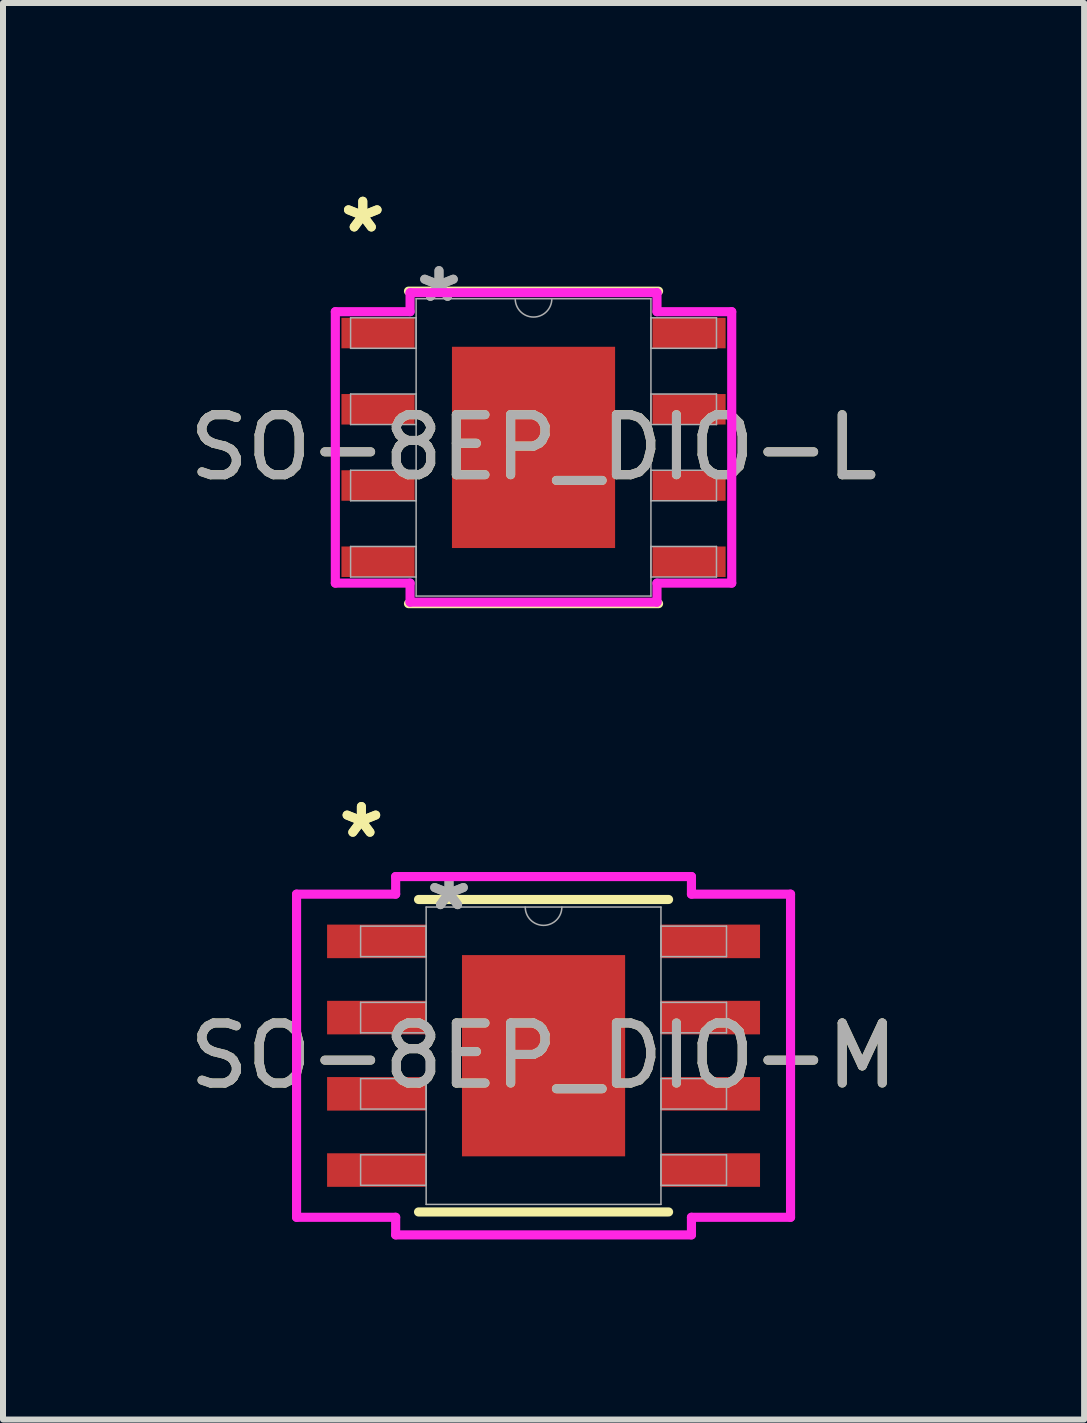
<source format=kicad_pcb>
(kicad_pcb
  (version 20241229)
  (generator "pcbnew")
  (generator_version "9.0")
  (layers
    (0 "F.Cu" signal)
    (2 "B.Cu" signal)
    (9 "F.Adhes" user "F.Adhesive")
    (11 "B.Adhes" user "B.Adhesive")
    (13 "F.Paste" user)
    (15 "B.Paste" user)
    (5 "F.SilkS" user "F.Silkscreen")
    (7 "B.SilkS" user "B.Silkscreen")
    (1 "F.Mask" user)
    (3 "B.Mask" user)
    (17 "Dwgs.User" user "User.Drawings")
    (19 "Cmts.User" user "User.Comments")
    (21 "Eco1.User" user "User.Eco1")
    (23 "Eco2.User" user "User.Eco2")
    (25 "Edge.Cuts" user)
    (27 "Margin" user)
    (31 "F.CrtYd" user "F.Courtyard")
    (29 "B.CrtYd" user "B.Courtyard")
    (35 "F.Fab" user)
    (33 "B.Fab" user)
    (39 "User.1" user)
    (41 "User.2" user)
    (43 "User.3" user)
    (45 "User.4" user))
  (footprint "SO-8EP_DIO-L"
    (layer "F.Cu")
    (at 5.839 4.404)
    (property "Reference" "SO-8EP_DIO-L" (at 0 0 0) (unlocked yes) (layer "F.SilkS") (effects (font (size 1 1) (thickness 0.15))))
    (attr smd)
    (fp_line (start -2.083 2.603) (end 2.083 2.603) (stroke (width 0.152) (type solid)) (layer "F.SilkS"))
    (fp_line (start 2.083 -2.603) (end -2.083 -2.603) (stroke (width 0.152) (type solid)) (layer "F.SilkS"))
    (fp_poly (pts (xy -1.259 -1.576) (xy -1.259 -0.1) (xy -0.1 -0.1) (xy -0.1 -1.576)) (stroke (width 0) (type solid)) (fill yes) (layer "F.Paste"))
    (fp_poly (pts (xy -1.259 0.1) (xy -1.259 1.576) (xy -0.1 1.576) (xy -0.1 0.1)) (stroke (width 0) (type solid)) (fill yes) (layer "F.Paste"))
    (fp_poly (pts (xy 0.1 -1.576) (xy 0.1 -0.1) (xy 1.259 -0.1) (xy 1.259 -1.576)) (stroke (width 0) (type solid)) (fill yes) (layer "F.Paste"))
    (fp_poly (pts (xy 0.1 0.1) (xy 0.1 1.576) (xy 1.259 1.576) (xy 1.259 0.1)) (stroke (width 0) (type solid)) (fill yes) (layer "F.Paste"))
    (fp_line (start -3.302 -2.261) (end -2.057 -2.261) (stroke (width 0.152) (type solid)) (layer "F.CrtYd"))
    (fp_line (start -3.302 2.261) (end -3.302 -2.261) (stroke (width 0.152) (type solid)) (layer "F.CrtYd"))
    (fp_line (start -3.302 2.261) (end -2.057 2.261) (stroke (width 0.152) (type solid)) (layer "F.CrtYd"))
    (fp_line (start -2.057 -2.578) (end 2.057 -2.578) (stroke (width 0.152) (type solid)) (layer "F.CrtYd"))
    (fp_line (start -2.057 -2.261) (end -2.057 -2.578) (stroke (width 0.152) (type solid)) (layer "F.CrtYd"))
    (fp_line (start -2.057 2.578) (end -2.057 2.261) (stroke (width 0.152) (type solid)) (layer "F.CrtYd"))
    (fp_line (start 2.057 -2.578) (end 2.057 -2.261) (stroke (width 0.152) (type solid)) (layer "F.CrtYd"))
    (fp_line (start 2.057 2.261) (end 2.057 2.578) (stroke (width 0.152) (type solid)) (layer "F.CrtYd"))
    (fp_line (start 2.057 2.578) (end -2.057 2.578) (stroke (width 0.152) (type solid)) (layer "F.CrtYd"))
    (fp_line (start 3.302 -2.261) (end 2.057 -2.261) (stroke (width 0.152) (type solid)) (layer "F.CrtYd"))
    (fp_line (start 3.302 -2.261) (end 3.302 2.261) (stroke (width 0.152) (type solid)) (layer "F.CrtYd"))
    (fp_line (start 3.302 2.261) (end 2.057 2.261) (stroke (width 0.152) (type solid)) (layer "F.CrtYd"))
    (fp_line (start -3.048 -2.159) (end -3.048 -1.651) (stroke (width 0.025) (type solid)) (layer "F.Fab"))
    (fp_line (start -3.048 -1.651) (end -1.956 -1.651) (stroke (width 0.025) (type solid)) (layer "F.Fab"))
    (fp_line (start -3.048 -0.889) (end -3.048 -0.381) (stroke (width 0.025) (type solid)) (layer "F.Fab"))
    (fp_line (start -3.048 -0.381) (end -1.956 -0.381) (stroke (width 0.025) (type solid)) (layer "F.Fab"))
    (fp_line (start -3.048 0.381) (end -3.048 0.889) (stroke (width 0.025) (type solid)) (layer "F.Fab"))
    (fp_line (start -3.048 0.889) (end -1.956 0.889) (stroke (width 0.025) (type solid)) (layer "F.Fab"))
    (fp_line (start -3.048 1.651) (end -3.048 2.159) (stroke (width 0.025) (type solid)) (layer "F.Fab"))
    (fp_line (start -3.048 2.159) (end -1.956 2.159) (stroke (width 0.025) (type solid)) (layer "F.Fab"))
    (fp_line (start -1.956 -2.477) (end -1.956 2.477) (stroke (width 0.025) (type solid)) (layer "F.Fab"))
    (fp_line (start -1.956 -2.159) (end -3.048 -2.159) (stroke (width 0.025) (type solid)) (layer "F.Fab"))
    (fp_line (start -1.956 -1.651) (end -1.956 -2.159) (stroke (width 0.025) (type solid)) (layer "F.Fab"))
    (fp_line (start -1.956 -0.889) (end -3.048 -0.889) (stroke (width 0.025) (type solid)) (layer "F.Fab"))
    (fp_line (start -1.956 -0.381) (end -1.956 -0.889) (stroke (width 0.025) (type solid)) (layer "F.Fab"))
    (fp_line (start -1.956 0.381) (end -3.048 0.381) (stroke (width 0.025) (type solid)) (layer "F.Fab"))
    (fp_line (start -1.956 0.889) (end -1.956 0.381) (stroke (width 0.025) (type solid)) (layer "F.Fab"))
    (fp_line (start -1.956 1.651) (end -3.048 1.651) (stroke (width 0.025) (type solid)) (layer "F.Fab"))
    (fp_line (start -1.956 2.159) (end -1.956 1.651) (stroke (width 0.025) (type solid)) (layer "F.Fab"))
    (fp_line (start -1.956 2.477) (end 1.956 2.477) (stroke (width 0.025) (type solid)) (layer "F.Fab"))
    (fp_line (start 1.956 -2.477) (end -1.956 -2.477) (stroke (width 0.025) (type solid)) (layer "F.Fab"))
    (fp_line (start 1.956 -2.159) (end 1.956 -1.651) (stroke (width 0.025) (type solid)) (layer "F.Fab"))
    (fp_line (start 1.956 -1.651) (end 3.048 -1.651) (stroke (width 0.025) (type solid)) (layer "F.Fab"))
    (fp_line (start 1.956 -0.889) (end 1.956 -0.381) (stroke (width 0.025) (type solid)) (layer "F.Fab"))
    (fp_line (start 1.956 -0.381) (end 3.048 -0.381) (stroke (width 0.025) (type solid)) (layer "F.Fab"))
    (fp_line (start 1.956 0.381) (end 1.956 0.889) (stroke (width 0.025) (type solid)) (layer "F.Fab"))
    (fp_line (start 1.956 0.889) (end 3.048 0.889) (stroke (width 0.025) (type solid)) (layer "F.Fab"))
    (fp_line (start 1.956 1.651) (end 1.956 2.159) (stroke (width 0.025) (type solid)) (layer "F.Fab"))
    (fp_line (start 1.956 2.159) (end 3.048 2.159) (stroke (width 0.025) (type solid)) (layer "F.Fab"))
    (fp_line (start 1.956 2.477) (end 1.956 -2.477) (stroke (width 0.025) (type solid)) (layer "F.Fab"))
    (fp_line (start 3.048 -2.159) (end 1.956 -2.159) (stroke (width 0.025) (type solid)) (layer "F.Fab"))
    (fp_line (start 3.048 -1.651) (end 3.048 -2.159) (stroke (width 0.025) (type solid)) (layer "F.Fab"))
    (fp_line (start 3.048 -0.889) (end 1.956 -0.889) (stroke (width 0.025) (type solid)) (layer "F.Fab"))
    (fp_line (start 3.048 -0.381) (end 3.048 -0.889) (stroke (width 0.025) (type solid)) (layer "F.Fab"))
    (fp_line (start 3.048 0.381) (end 1.956 0.381) (stroke (width 0.025) (type solid)) (layer "F.Fab"))
    (fp_line (start 3.048 0.889) (end 3.048 0.381) (stroke (width 0.025) (type solid)) (layer "F.Fab"))
    (fp_line (start 3.048 1.651) (end 1.956 1.651) (stroke (width 0.025) (type solid)) (layer "F.Fab"))
    (fp_line (start 3.048 2.159) (end 3.048 1.651) (stroke (width 0.025) (type solid)) (layer "F.Fab"))
    (fp_arc (start 0.3048 -2.4765) (mid 0 -2.1717) (end -0.3048 -2.4765) (stroke (width 0.0254) (type solid)) (layer "F.Fab"))
    (fp_text user "*" (at -2.845 -3.556 0) (unlocked yes) (layer "F.SilkS") (effects (font (size 1 1) (thickness 0.15))))
    (fp_text user "*" (at -2.845 -3.556 0) (layer "F.SilkS") (effects (font (size 1 1) (thickness 0.15))))
    (fp_text user "*" (at -1.575 -2.4 0) (layer "F.Fab") (effects (font (size 1 1) (thickness 0.15))))
    (fp_text user "${REFERENCE}" (at 0 0 0) (unlocked yes) (layer "F.Fab") (effects (font (size 1 1) (thickness 0.15))))
    (fp_text user "*" (at -1.575 -2.4 0) (unlocked yes) (layer "F.Fab") (effects (font (size 1 1) (thickness 0.15))))
    (pad "1" smd rect (at -2.591 -1.905) (size 1.219 0.508) (layers "F.Cu" "F.Mask" "F.Paste"))
    (pad "2" smd rect (at -2.591 -0.635) (size 1.219 0.508) (layers "F.Cu" "F.Mask" "F.Paste"))
    (pad "3" smd rect (at -2.591 0.635) (size 1.219 0.508) (layers "F.Cu" "F.Mask" "F.Paste"))
    (pad "4" smd rect (at -2.591 1.905) (size 1.219 0.508) (layers "F.Cu" "F.Mask" "F.Paste"))
    (pad "5" smd rect (at 2.591 1.905) (size 1.219 0.508) (layers "F.Cu" "F.Mask" "F.Paste"))
    (pad "6" smd rect (at 2.591 0.635) (size 1.219 0.508) (layers "F.Cu" "F.Mask" "F.Paste"))
    (pad "7" smd rect (at 2.591 -0.635) (size 1.219 0.508) (layers "F.Cu" "F.Mask" "F.Paste"))
    (pad "8" smd rect (at 2.591 -1.905) (size 1.219 0.508) (layers "F.Cu" "F.Mask" "F.Paste"))
    (pad "EPAD" smd rect (at 0 0) (size 2.718 3.353) (layers "F.Cu" "F.Mask")))
  (footprint "SO-8EP_DIO-M"
    (layer "F.Cu")
    (at 6.006 14.539)
    (property "Reference" "SO-8EP_DIO-M" (at 0 0 0) (unlocked yes) (layer "F.SilkS") (effects (font (size 1 1) (thickness 0.15))))
    (attr smd)
    (fp_line (start -2.083 2.603) (end 2.083 2.603) (stroke (width 0.152) (type solid)) (layer "F.SilkS"))
    (fp_line (start 2.083 -2.603) (end -2.083 -2.603) (stroke (width 0.152) (type solid)) (layer "F.SilkS"))
    (fp_poly (pts (xy -1.259 -1.576) (xy -1.259 -0.1) (xy -0.1 -0.1) (xy -0.1 -1.576)) (stroke (width 0) (type solid)) (fill yes) (layer "F.Paste"))
    (fp_poly (pts (xy -1.259 0.1) (xy -1.259 1.576) (xy -0.1 1.576) (xy -0.1 0.1)) (stroke (width 0) (type solid)) (fill yes) (layer "F.Paste"))
    (fp_poly (pts (xy 0.1 -1.576) (xy 0.1 -0.1) (xy 1.259 -0.1) (xy 1.259 -1.576)) (stroke (width 0) (type solid)) (fill yes) (layer "F.Paste"))
    (fp_poly (pts (xy 0.1 0.1) (xy 0.1 1.576) (xy 1.259 1.576) (xy 1.259 0.1)) (stroke (width 0) (type solid)) (fill yes) (layer "F.Paste"))
    (fp_line (start -4.115 -2.692) (end -2.464 -2.692) (stroke (width 0.152) (type solid)) (layer "F.CrtYd"))
    (fp_line (start -4.115 2.692) (end -4.115 -2.692) (stroke (width 0.152) (type solid)) (layer "F.CrtYd"))
    (fp_line (start -4.115 2.692) (end -2.464 2.692) (stroke (width 0.152) (type solid)) (layer "F.CrtYd"))
    (fp_line (start -2.464 -2.985) (end 2.464 -2.985) (stroke (width 0.152) (type solid)) (layer "F.CrtYd"))
    (fp_line (start -2.464 -2.692) (end -2.464 -2.985) (stroke (width 0.152) (type solid)) (layer "F.CrtYd"))
    (fp_line (start -2.464 2.985) (end -2.464 2.692) (stroke (width 0.152) (type solid)) (layer "F.CrtYd"))
    (fp_line (start 2.464 -2.985) (end 2.464 -2.692) (stroke (width 0.152) (type solid)) (layer "F.CrtYd"))
    (fp_line (start 2.464 2.692) (end 2.464 2.985) (stroke (width 0.152) (type solid)) (layer "F.CrtYd"))
    (fp_line (start 2.464 2.985) (end -2.464 2.985) (stroke (width 0.152) (type solid)) (layer "F.CrtYd"))
    (fp_line (start 4.115 -2.692) (end 2.464 -2.692) (stroke (width 0.152) (type solid)) (layer "F.CrtYd"))
    (fp_line (start 4.115 -2.692) (end 4.115 2.692) (stroke (width 0.152) (type solid)) (layer "F.CrtYd"))
    (fp_line (start 4.115 2.692) (end 2.464 2.692) (stroke (width 0.152) (type solid)) (layer "F.CrtYd"))
    (fp_line (start -3.048 -2.159) (end -3.048 -1.651) (stroke (width 0.025) (type solid)) (layer "F.Fab"))
    (fp_line (start -3.048 -1.651) (end -1.956 -1.651) (stroke (width 0.025) (type solid)) (layer "F.Fab"))
    (fp_line (start -3.048 -0.889) (end -3.048 -0.381) (stroke (width 0.025) (type solid)) (layer "F.Fab"))
    (fp_line (start -3.048 -0.381) (end -1.956 -0.381) (stroke (width 0.025) (type solid)) (layer "F.Fab"))
    (fp_line (start -3.048 0.381) (end -3.048 0.889) (stroke (width 0.025) (type solid)) (layer "F.Fab"))
    (fp_line (start -3.048 0.889) (end -1.956 0.889) (stroke (width 0.025) (type solid)) (layer "F.Fab"))
    (fp_line (start -3.048 1.651) (end -3.048 2.159) (stroke (width 0.025) (type solid)) (layer "F.Fab"))
    (fp_line (start -3.048 2.159) (end -1.956 2.159) (stroke (width 0.025) (type solid)) (layer "F.Fab"))
    (fp_line (start -1.956 -2.477) (end -1.956 2.477) (stroke (width 0.025) (type solid)) (layer "F.Fab"))
    (fp_line (start -1.956 -2.159) (end -3.048 -2.159) (stroke (width 0.025) (type solid)) (layer "F.Fab"))
    (fp_line (start -1.956 -1.651) (end -1.956 -2.159) (stroke (width 0.025) (type solid)) (layer "F.Fab"))
    (fp_line (start -1.956 -0.889) (end -3.048 -0.889) (stroke (width 0.025) (type solid)) (layer "F.Fab"))
    (fp_line (start -1.956 -0.381) (end -1.956 -0.889) (stroke (width 0.025) (type solid)) (layer "F.Fab"))
    (fp_line (start -1.956 0.381) (end -3.048 0.381) (stroke (width 0.025) (type solid)) (layer "F.Fab"))
    (fp_line (start -1.956 0.889) (end -1.956 0.381) (stroke (width 0.025) (type solid)) (layer "F.Fab"))
    (fp_line (start -1.956 1.651) (end -3.048 1.651) (stroke (width 0.025) (type solid)) (layer "F.Fab"))
    (fp_line (start -1.956 2.159) (end -1.956 1.651) (stroke (width 0.025) (type solid)) (layer "F.Fab"))
    (fp_line (start -1.956 2.477) (end 1.956 2.477) (stroke (width 0.025) (type solid)) (layer "F.Fab"))
    (fp_line (start 1.956 -2.477) (end -1.956 -2.477) (stroke (width 0.025) (type solid)) (layer "F.Fab"))
    (fp_line (start 1.956 -2.159) (end 1.956 -1.651) (stroke (width 0.025) (type solid)) (layer "F.Fab"))
    (fp_line (start 1.956 -1.651) (end 3.048 -1.651) (stroke (width 0.025) (type solid)) (layer "F.Fab"))
    (fp_line (start 1.956 -0.889) (end 1.956 -0.381) (stroke (width 0.025) (type solid)) (layer "F.Fab"))
    (fp_line (start 1.956 -0.381) (end 3.048 -0.381) (stroke (width 0.025) (type solid)) (layer "F.Fab"))
    (fp_line (start 1.956 0.381) (end 1.956 0.889) (stroke (width 0.025) (type solid)) (layer "F.Fab"))
    (fp_line (start 1.956 0.889) (end 3.048 0.889) (stroke (width 0.025) (type solid)) (layer "F.Fab"))
    (fp_line (start 1.956 1.651) (end 1.956 2.159) (stroke (width 0.025) (type solid)) (layer "F.Fab"))
    (fp_line (start 1.956 2.159) (end 3.048 2.159) (stroke (width 0.025) (type solid)) (layer "F.Fab"))
    (fp_line (start 1.956 2.477) (end 1.956 -2.477) (stroke (width 0.025) (type solid)) (layer "F.Fab"))
    (fp_line (start 3.048 -2.159) (end 1.956 -2.159) (stroke (width 0.025) (type solid)) (layer "F.Fab"))
    (fp_line (start 3.048 -1.651) (end 3.048 -2.159) (stroke (width 0.025) (type solid)) (layer "F.Fab"))
    (fp_line (start 3.048 -0.889) (end 1.956 -0.889) (stroke (width 0.025) (type solid)) (layer "F.Fab"))
    (fp_line (start 3.048 -0.381) (end 3.048 -0.889) (stroke (width 0.025) (type solid)) (layer "F.Fab"))
    (fp_line (start 3.048 0.381) (end 1.956 0.381) (stroke (width 0.025) (type solid)) (layer "F.Fab"))
    (fp_line (start 3.048 0.889) (end 3.048 0.381) (stroke (width 0.025) (type solid)) (layer "F.Fab"))
    (fp_line (start 3.048 1.651) (end 1.956 1.651) (stroke (width 0.025) (type solid)) (layer "F.Fab"))
    (fp_line (start 3.048 2.159) (end 3.048 1.651) (stroke (width 0.025) (type solid)) (layer "F.Fab"))
    (fp_arc (start 0.3048 -2.4765) (mid 0 -2.1717) (end -0.3048 -2.4765) (stroke (width 0.0254) (type solid)) (layer "F.Fab"))
    (fp_text user "*" (at -3.035 -3.607 0) (layer "F.SilkS") (effects (font (size 1 1) (thickness 0.15))))
    (fp_text user "*" (at -3.035 -3.607 0) (unlocked yes) (layer "F.SilkS") (effects (font (size 1 1) (thickness 0.15))))
    (fp_text user "${REFERENCE}" (at 0 0 0) (unlocked yes) (layer "F.Fab") (effects (font (size 1 1) (thickness 0.15))))
    (fp_text user "*" (at -1.575 -2.4 0) (unlocked yes) (layer "F.Fab") (effects (font (size 1 1) (thickness 0.15))))
    (fp_text user "*" (at -1.575 -2.4 0) (layer "F.Fab") (effects (font (size 1 1) (thickness 0.15))))
    (pad "1" smd rect (at -2.781 -1.905) (size 1.651 0.559) (layers "F.Cu" "F.Mask" "F.Paste"))
    (pad "2" smd rect (at -2.781 -0.635) (size 1.651 0.559) (layers "F.Cu" "F.Mask" "F.Paste"))
    (pad "3" smd rect (at -2.781 0.635) (size 1.651 0.559) (layers "F.Cu" "F.Mask" "F.Paste"))
    (pad "4" smd rect (at -2.781 1.905) (size 1.651 0.559) (layers "F.Cu" "F.Mask" "F.Paste"))
    (pad "5" smd rect (at 2.781 1.905) (size 1.651 0.559) (layers "F.Cu" "F.Mask" "F.Paste"))
    (pad "6" smd rect (at 2.781 0.635) (size 1.651 0.559) (layers "F.Cu" "F.Mask" "F.Paste"))
    (pad "7" smd rect (at 2.781 -0.635) (size 1.651 0.559) (layers "F.Cu" "F.Mask" "F.Paste"))
    (pad "8" smd rect (at 2.781 -1.905) (size 1.651 0.559) (layers "F.Cu" "F.Mask" "F.Paste"))
    (pad "EPAD" smd rect (at 0 0) (size 2.718 3.353) (layers "F.Cu" "F.Mask")))
  (gr_rect
    (start -3 -3)
    (end 15.012 20.6)
    (stroke (width 0.1) (type default))
    (fill no)
    (layer "Edge.Cuts")))
</source>
